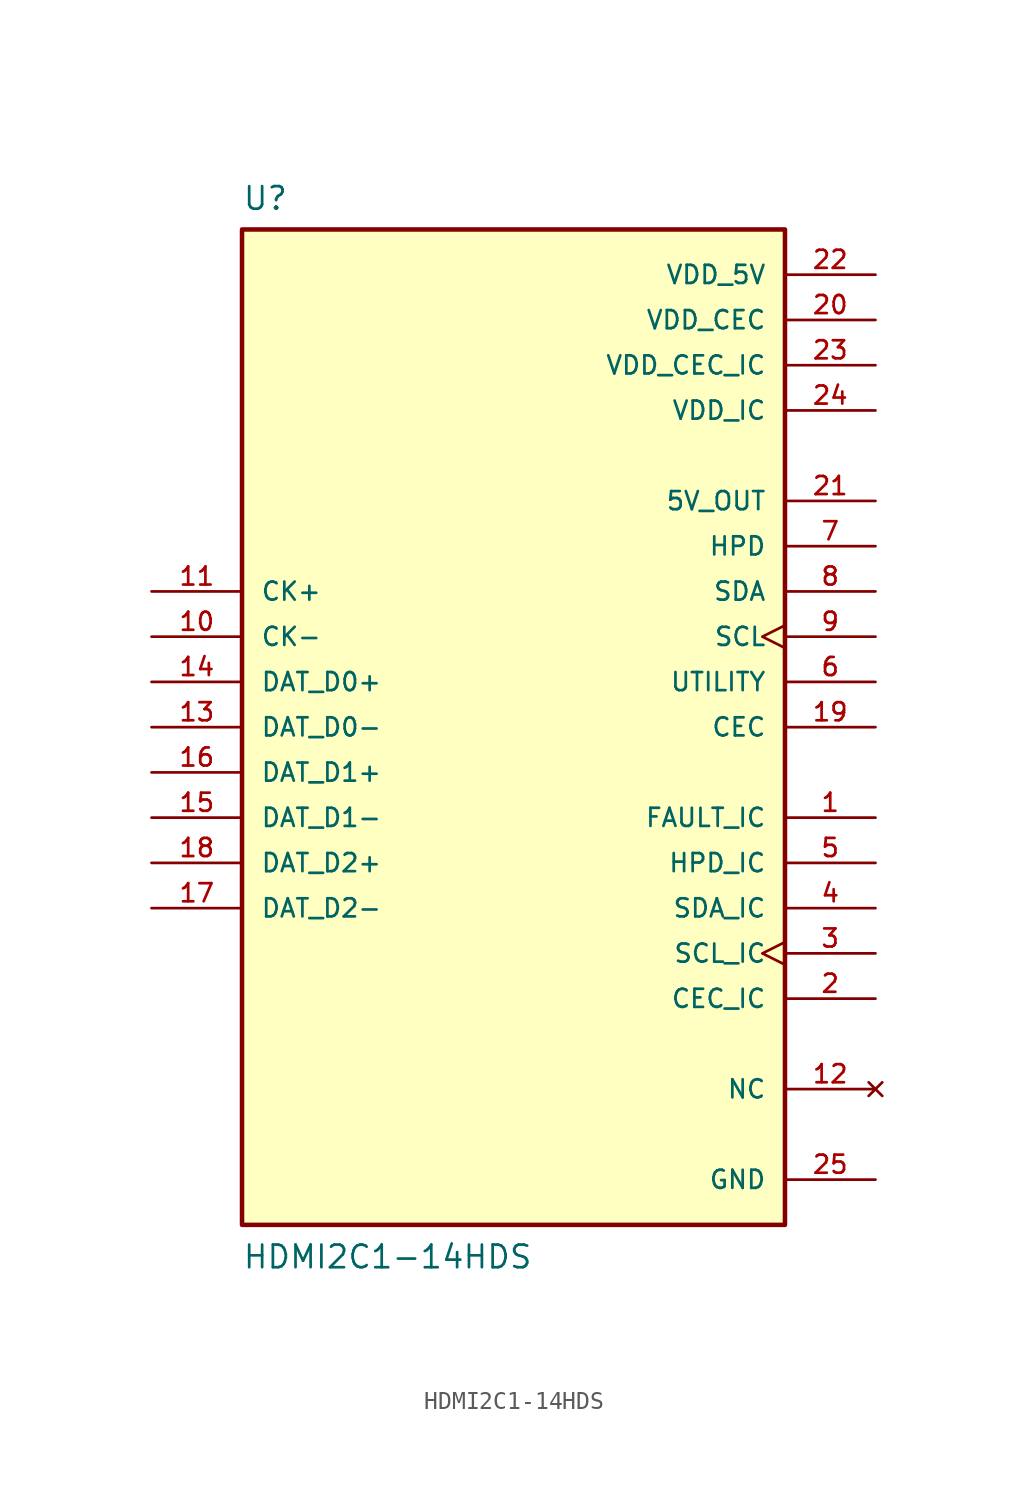
<source format=kicad_sym>
(kicad_symbol_lib
  (version 20211014)
  (generator kicad_symbol_editor)
  (symbol "HDMI2C1-14HDS"
    (pin_names
      (offset 1.016))
    (property "Reference" "U"
      (at -15.24 28.94 0.0)
      (effects (font (size 1.27 1.27)) (justify bottom left)))
    (property "Value" "HDMI2C1-14HDS"
      (at -15.24 -30.48 0.0)
      (effects (font (size 1.27 1.27)) (justify bottom left)))
    (symbol "HDMI2C1-14HDS_0_0"
      (rectangle (start -15.24 -27.94) (end 15.24 27.94) (stroke (width 0.254)) (fill (type background)))
      (pin bidirectional line (at 20.32 10.16 180.0) (length 5.08) (name "HPD" (effects (font (size 1.016 1.016)))) (number "7" (effects (font (size 1.016 1.016)))))
      (pin bidirectional line (at 20.32 2.54 180.0) (length 5.08) (name "UTILITY" (effects (font (size 1.016 1.016)))) (number "6" (effects (font (size 1.016 1.016)))))
      (pin bidirectional line (at -20.32 7.62 0) (length 5.08) (name "CK+" (effects (font (size 1.016 1.016)))) (number "11" (effects (font (size 1.016 1.016)))))
      (pin bidirectional line (at -20.32 5.08 0) (length 5.08) (name "CK-" (effects (font (size 1.016 1.016)))) (number "10" (effects (font (size 1.016 1.016)))))
      (pin bidirectional line (at -20.32 2.54 0) (length 5.08) (name "DAT_D0+" (effects (font (size 1.016 1.016)))) (number "14" (effects (font (size 1.016 1.016)))))
      (pin bidirectional line (at -20.32 0.0 0) (length 5.08) (name "DAT_D0-" (effects (font (size 1.016 1.016)))) (number "13" (effects (font (size 1.016 1.016)))))
      (pin bidirectional line (at -20.32 -2.54 0) (length 5.08) (name "DAT_D1+" (effects (font (size 1.016 1.016)))) (number "16" (effects (font (size 1.016 1.016)))))
      (pin no_connect line (at 20.32 -20.32 180.0) (length 5.08) (name "NC" (effects (font (size 1.016 1.016)))) (number "12" (effects (font (size 1.016 1.016)))))
      (pin power_in line (at 20.32 25.4 180.0) (length 5.08) (name "VDD_5V" (effects (font (size 1.016 1.016)))) (number "22" (effects (font (size 1.016 1.016)))))
      (pin power_in line (at 20.32 22.86 180.0) (length 5.08) (name "VDD_CEC" (effects (font (size 1.016 1.016)))) (number "20" (effects (font (size 1.016 1.016)))))
      (pin power_in line (at 20.32 20.32 180.0) (length 5.08) (name "VDD_CEC_IC" (effects (font (size 1.016 1.016)))) (number "23" (effects (font (size 1.016 1.016)))))
      (pin power_in line (at 20.32 17.78 180.0) (length 5.08) (name "VDD_IC" (effects (font (size 1.016 1.016)))) (number "24" (effects (font (size 1.016 1.016)))))
      (pin output line (at 20.32 12.7 180.0) (length 5.08) (name "5V_OUT" (effects (font (size 1.016 1.016)))) (number "21" (effects (font (size 1.016 1.016)))))
      (pin output line (at 20.32 0.0 180.0) (length 5.08) (name "CEC" (effects (font (size 1.016 1.016)))) (number "19" (effects (font (size 1.016 1.016)))))
      (pin output line (at 20.32 -15.24 180.0) (length 5.08) (name "CEC_IC" (effects (font (size 1.016 1.016)))) (number "2" (effects (font (size 1.016 1.016)))))
      (pin output line (at 20.32 -5.08 180.0) (length 5.08) (name "FAULT_IC" (effects (font (size 1.016 1.016)))) (number "1" (effects (font (size 1.016 1.016)))))
      (pin output line (at 20.32 -7.62 180.0) (length 5.08) (name "HPD_IC" (effects (font (size 1.016 1.016)))) (number "5" (effects (font (size 1.016 1.016)))))
      (pin output clock (at 20.32 5.08 180.0) (length 5.08) (name "SCL" (effects (font (size 1.016 1.016)))) (number "9" (effects (font (size 1.016 1.016)))))
      (pin output clock (at 20.32 -12.7 180.0) (length 5.08) (name "SCL_IC" (effects (font (size 1.016 1.016)))) (number "3" (effects (font (size 1.016 1.016)))))
      (pin output line (at 20.32 7.62 180.0) (length 5.08) (name "SDA" (effects (font (size 1.016 1.016)))) (number "8" (effects (font (size 1.016 1.016)))))
      (pin output line (at 20.32 -10.16 180.0) (length 5.08) (name "SDA_IC" (effects (font (size 1.016 1.016)))) (number "4" (effects (font (size 1.016 1.016)))))
      (pin bidirectional line (at -20.32 -5.08 0) (length 5.08) (name "DAT_D1-" (effects (font (size 1.016 1.016)))) (number "15" (effects (font (size 1.016 1.016)))))
      (pin bidirectional line (at -20.32 -7.62 0) (length 5.08) (name "DAT_D2+" (effects (font (size 1.016 1.016)))) (number "18" (effects (font (size 1.016 1.016)))))
      (pin bidirectional line (at -20.32 -10.16 0) (length 5.08) (name "DAT_D2-" (effects (font (size 1.016 1.016)))) (number "17" (effects (font (size 1.016 1.016)))))
      (pin power_in line (at 20.32 -25.4 180.0) (length 5.08) (name "GND" (effects (font (size 1.016 1.016)))) (number "25" (effects (font (size 1.016 1.016))))))))
</source>
